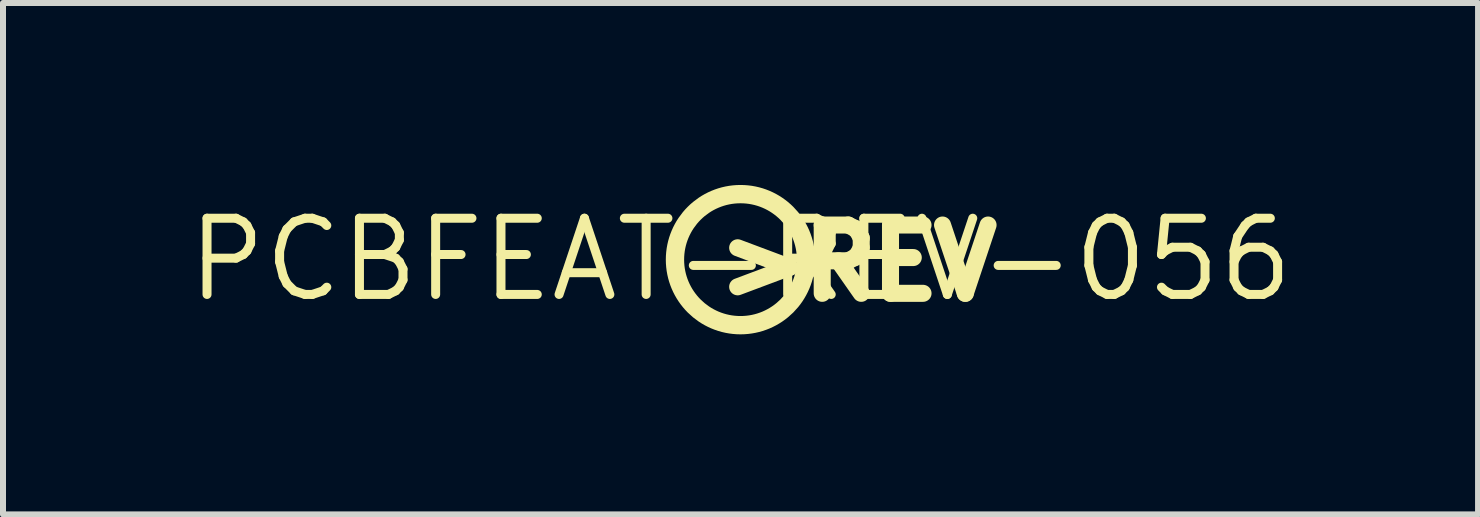
<source format=kicad_pcb>
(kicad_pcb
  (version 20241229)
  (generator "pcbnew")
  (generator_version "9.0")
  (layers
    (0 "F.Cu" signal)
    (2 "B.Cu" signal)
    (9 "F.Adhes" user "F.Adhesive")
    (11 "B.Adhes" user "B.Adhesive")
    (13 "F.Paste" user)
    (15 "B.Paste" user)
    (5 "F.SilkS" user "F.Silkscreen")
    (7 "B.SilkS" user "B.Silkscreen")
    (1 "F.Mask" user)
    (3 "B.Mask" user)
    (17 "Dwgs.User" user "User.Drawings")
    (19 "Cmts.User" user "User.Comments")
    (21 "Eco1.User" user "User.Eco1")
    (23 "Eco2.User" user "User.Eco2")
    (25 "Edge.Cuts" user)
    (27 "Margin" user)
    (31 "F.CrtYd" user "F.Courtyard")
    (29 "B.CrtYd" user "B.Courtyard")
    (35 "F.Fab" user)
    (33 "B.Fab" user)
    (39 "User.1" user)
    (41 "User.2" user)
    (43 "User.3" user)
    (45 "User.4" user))
  (footprint "PCBFEAT-REV-056"
    (layer "F.Cu")
    (at 9.29 1.277)
    (property "Reference" "PCBFEAT-REV-056" (at 0 0 0) (layer "F.SilkS") (effects (font (size 1.27 1.27) (thickness 0.15))))
    (fp_circle (center 0 0) (end 1.092 0) (stroke (width 0.305) (type solid)) (fill no) (layer "F.SilkS"))
    (fp_text user ">REV" (at -0.505 0.715 0) (layer "F.SilkS") (effects (font (size 1.138 1.138) (thickness 0.284)) (justify left bottom))))
  (gr_rect
    (start -3 -3)
    (end 21.581 5.522)
    (stroke (width 0.1) (type default))
    (fill no)
    (layer "Edge.Cuts")))
</source>
